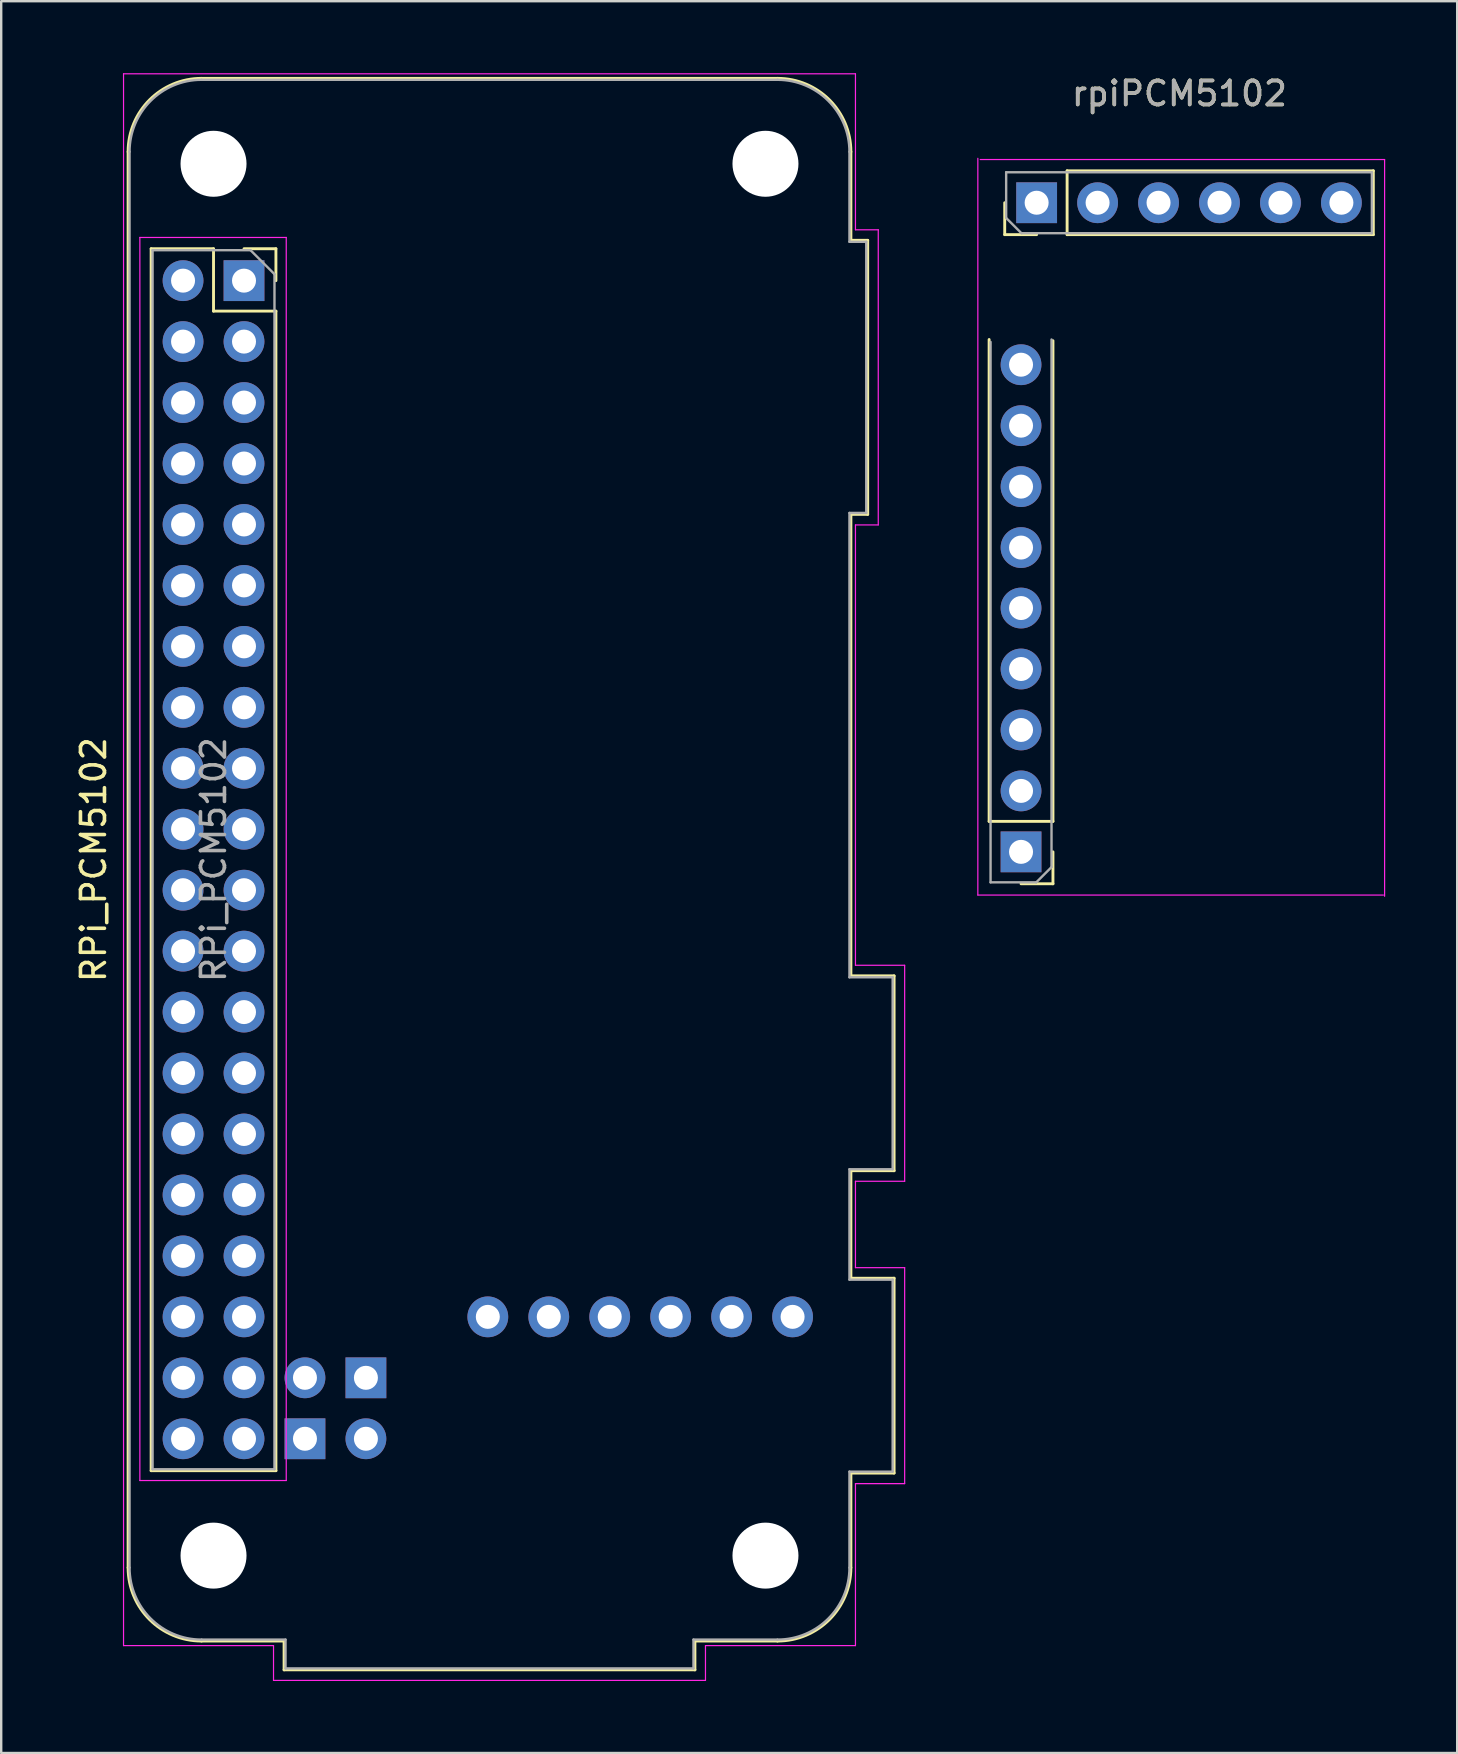
<source format=kicad_pcb>
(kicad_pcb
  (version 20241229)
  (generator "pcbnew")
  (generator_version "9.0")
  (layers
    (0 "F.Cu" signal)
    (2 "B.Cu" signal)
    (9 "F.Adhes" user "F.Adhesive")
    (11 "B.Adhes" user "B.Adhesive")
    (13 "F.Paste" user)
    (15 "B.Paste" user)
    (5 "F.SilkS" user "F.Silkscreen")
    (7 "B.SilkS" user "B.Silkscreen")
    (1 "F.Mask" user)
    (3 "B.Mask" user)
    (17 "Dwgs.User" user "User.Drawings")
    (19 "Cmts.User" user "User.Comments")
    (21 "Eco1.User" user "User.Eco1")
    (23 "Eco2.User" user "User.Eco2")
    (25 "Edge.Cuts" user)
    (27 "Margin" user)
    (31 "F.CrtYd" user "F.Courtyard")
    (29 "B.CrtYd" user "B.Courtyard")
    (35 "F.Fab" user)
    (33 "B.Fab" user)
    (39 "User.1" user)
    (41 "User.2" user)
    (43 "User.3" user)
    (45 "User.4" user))
  (footprint "RPi_PCM5102"
    (layer "F.Cu")
    (at 7.118 8.645)
    (property "Reference" "RPi_PCM5102" (at -6.27 24.13 90) (layer "F.SilkS") (effects (font (size 1 1) (thickness 0.15))))
    (attr through_hole)
    (fp_line (start -4.83 53.63) (end -4.83 -5.37) (stroke (width 0.12) (type solid)) (layer "F.SilkS"))
    (fp_line (start -3.87 -1.33) (end -3.87 49.59) (stroke (width 0.12) (type solid)) (layer "F.SilkS"))
    (fp_line (start -3.87 -1.33) (end -1.27 -1.33) (stroke (width 0.12) (type solid)) (layer "F.SilkS"))
    (fp_line (start -3.87 49.59) (end 1.33 49.59) (stroke (width 0.12) (type solid)) (layer "F.SilkS"))
    (fp_line (start -1.77 -8.43) (end 22.23 -8.43) (stroke (width 0.12) (type solid)) (layer "F.SilkS"))
    (fp_line (start -1.27 -1.33) (end -1.27 1.27) (stroke (width 0.12) (type solid)) (layer "F.SilkS"))
    (fp_line (start -1.27 1.27) (end 1.33 1.27) (stroke (width 0.12) (type solid)) (layer "F.SilkS"))
    (fp_line (start 0 -1.33) (end 1.33 -1.33) (stroke (width 0.12) (type solid)) (layer "F.SilkS"))
    (fp_line (start 1.33 -1.33) (end 1.33 0) (stroke (width 0.12) (type solid)) (layer "F.SilkS"))
    (fp_line (start 1.33 1.27) (end 1.33 49.59) (stroke (width 0.12) (type solid)) (layer "F.SilkS"))
    (fp_line (start 1.67 56.69) (end -1.77 56.69) (stroke (width 0.12) (type solid)) (layer "F.SilkS"))
    (fp_line (start 1.67 56.69) (end 1.67 57.89) (stroke (width 0.12) (type solid)) (layer "F.SilkS"))
    (fp_line (start 1.67 57.89) (end 18.79 57.89) (stroke (width 0.12) (type solid)) (layer "F.SilkS"))
    (fp_line (start 18.79 56.69) (end 22.23 56.69) (stroke (width 0.12) (type solid)) (layer "F.SilkS"))
    (fp_line (start 18.79 57.89) (end 18.79 56.69) (stroke (width 0.12) (type solid)) (layer "F.SilkS"))
    (fp_line (start 25.29 -1.68) (end 25.29 -5.37) (stroke (width 0.12) (type solid)) (layer "F.SilkS"))
    (fp_line (start 25.29 9.74) (end 25.99 9.74) (stroke (width 0.12) (type solid)) (layer "F.SilkS"))
    (fp_line (start 25.29 28.97) (end 25.29 9.74) (stroke (width 0.12) (type solid)) (layer "F.SilkS"))
    (fp_line (start 25.29 37.09) (end 27.09 37.09) (stroke (width 0.12) (type solid)) (layer "F.SilkS"))
    (fp_line (start 25.29 41.57) (end 25.29 37.09) (stroke (width 0.12) (type solid)) (layer "F.SilkS"))
    (fp_line (start 25.29 49.69) (end 27.09 49.69) (stroke (width 0.12) (type solid)) (layer "F.SilkS"))
    (fp_line (start 25.29 53.63) (end 25.29 49.69) (stroke (width 0.12) (type solid)) (layer "F.SilkS"))
    (fp_line (start 25.99 -1.68) (end 25.29 -1.68) (stroke (width 0.12) (type solid)) (layer "F.SilkS"))
    (fp_line (start 25.99 9.74) (end 25.99 -1.68) (stroke (width 0.12) (type solid)) (layer "F.SilkS"))
    (fp_line (start 27.09 28.97) (end 25.29 28.97) (stroke (width 0.12) (type solid)) (layer "F.SilkS"))
    (fp_line (start 27.09 37.09) (end 27.09 28.97) (stroke (width 0.12) (type solid)) (layer "F.SilkS"))
    (fp_line (start 27.09 41.57) (end 25.29 41.57) (stroke (width 0.12) (type solid)) (layer "F.SilkS"))
    (fp_line (start 27.09 49.69) (end 27.09 41.57) (stroke (width 0.12) (type solid)) (layer "F.SilkS"))
    (fp_arc (start -4.83 -5.37) (mid -3.933747 -7.533747) (end -1.77 -8.43) (stroke (width 0.12) (type solid)) (layer "F.SilkS"))
    (fp_arc (start -1.77 56.69) (mid -3.933747 55.793747) (end -4.83 53.63) (stroke (width 0.12) (type solid)) (layer "F.SilkS"))
    (fp_arc (start 22.23 -8.43) (mid 24.393747 -7.533747) (end 25.29 -5.37) (stroke (width 0.12) (type solid)) (layer "F.SilkS"))
    (fp_arc (start 25.29 53.63) (mid 24.393747 55.793747) (end 22.23 56.69) (stroke (width 0.12) (type solid)) (layer "F.SilkS"))
    (fp_line (start -5.02 -8.62) (end 25.48 -8.62) (stroke (width 0.05) (type solid)) (layer "F.CrtYd"))
    (fp_line (start -5.02 56.88) (end -5.02 -8.62) (stroke (width 0.05) (type solid)) (layer "F.CrtYd"))
    (fp_line (start -5.02 56.88) (end 1.23 56.88) (stroke (width 0.05) (type solid)) (layer "F.CrtYd"))
    (fp_line (start -4.34 -1.8) (end 1.76 -1.8) (stroke (width 0.05) (type solid)) (layer "F.CrtYd"))
    (fp_line (start -4.34 50) (end -4.34 -1.8) (stroke (width 0.05) (type solid)) (layer "F.CrtYd"))
    (fp_line (start 1.23 58.33) (end 1.23 56.88) (stroke (width 0.05) (type solid)) (layer "F.CrtYd"))
    (fp_line (start 1.76 -1.8) (end 1.76 50) (stroke (width 0.05) (type solid)) (layer "F.CrtYd"))
    (fp_line (start 1.76 50) (end -4.34 50) (stroke (width 0.05) (type solid)) (layer "F.CrtYd"))
    (fp_line (start 19.23 56.88) (end 25.48 56.88) (stroke (width 0.05) (type solid)) (layer "F.CrtYd"))
    (fp_line (start 19.23 58.33) (end 1.23 58.33) (stroke (width 0.05) (type solid)) (layer "F.CrtYd"))
    (fp_line (start 19.23 58.33) (end 19.23 56.88) (stroke (width 0.05) (type solid)) (layer "F.CrtYd"))
    (fp_line (start 25.48 -2.12) (end 25.48 -8.62) (stroke (width 0.05) (type solid)) (layer "F.CrtYd"))
    (fp_line (start 25.48 28.53) (end 25.48 10.18) (stroke (width 0.05) (type solid)) (layer "F.CrtYd"))
    (fp_line (start 25.48 37.53) (end 25.48 41.13) (stroke (width 0.05) (type solid)) (layer "F.CrtYd"))
    (fp_line (start 25.48 50.13) (end 25.48 56.88) (stroke (width 0.05) (type solid)) (layer "F.CrtYd"))
    (fp_line (start 26.43 -2.12) (end 25.48 -2.12) (stroke (width 0.05) (type solid)) (layer "F.CrtYd"))
    (fp_line (start 26.43 -2.12) (end 26.43 10.18) (stroke (width 0.05) (type solid)) (layer "F.CrtYd"))
    (fp_line (start 26.43 10.18) (end 25.48 10.18) (stroke (width 0.05) (type solid)) (layer "F.CrtYd"))
    (fp_line (start 27.53 28.53) (end 25.48 28.53) (stroke (width 0.05) (type solid)) (layer "F.CrtYd"))
    (fp_line (start 27.53 37.53) (end 25.48 37.53) (stroke (width 0.05) (type solid)) (layer "F.CrtYd"))
    (fp_line (start 27.53 37.53) (end 27.53 28.53) (stroke (width 0.05) (type solid)) (layer "F.CrtYd"))
    (fp_line (start 27.53 41.13) (end 25.48 41.13) (stroke (width 0.05) (type solid)) (layer "F.CrtYd"))
    (fp_line (start 27.53 50.13) (end 25.48 50.13) (stroke (width 0.05) (type solid)) (layer "F.CrtYd"))
    (fp_line (start 27.53 50.13) (end 27.53 41.13) (stroke (width 0.05) (type solid)) (layer "F.CrtYd"))
    (fp_line (start -4.77 53.63) (end -4.77 -5.37) (stroke (width 0.1) (type solid)) (layer "F.Fab"))
    (fp_line (start -3.81 -1.27) (end 0.27 -1.27) (stroke (width 0.1) (type solid)) (layer "F.Fab"))
    (fp_line (start -3.81 49.53) (end -3.81 -1.27) (stroke (width 0.1) (type solid)) (layer "F.Fab"))
    (fp_line (start -1.77 -8.37) (end 22.23 -8.37) (stroke (width 0.1) (type solid)) (layer "F.Fab"))
    (fp_line (start -1.77 56.63) (end 1.73 56.63) (stroke (width 0.1) (type solid)) (layer "F.Fab"))
    (fp_line (start 0.27 -1.27) (end 1.27 -0.27) (stroke (width 0.1) (type solid)) (layer "F.Fab"))
    (fp_line (start 1.27 -0.27) (end 1.27 49.53) (stroke (width 0.1) (type solid)) (layer "F.Fab"))
    (fp_line (start 1.27 49.53) (end -3.81 49.53) (stroke (width 0.1) (type solid)) (layer "F.Fab"))
    (fp_line (start 1.73 56.63) (end 1.73 57.83) (stroke (width 0.1) (type solid)) (layer "F.Fab"))
    (fp_line (start 1.73 57.83) (end 18.73 57.83) (stroke (width 0.1) (type solid)) (layer "F.Fab"))
    (fp_line (start 18.73 56.63) (end 18.73 57.83) (stroke (width 0.1) (type solid)) (layer "F.Fab"))
    (fp_line (start 22.23 56.63) (end 18.73 56.63) (stroke (width 0.1) (type solid)) (layer "F.Fab"))
    (fp_line (start 25.23 -1.62) (end 25.23 -5.37) (stroke (width 0.1) (type solid)) (layer "F.Fab"))
    (fp_line (start 25.23 -1.62) (end 25.93 -1.62) (stroke (width 0.1) (type solid)) (layer "F.Fab"))
    (fp_line (start 25.23 9.68) (end 25.93 9.68) (stroke (width 0.1) (type solid)) (layer "F.Fab"))
    (fp_line (start 25.23 29.03) (end 25.23 9.68) (stroke (width 0.1) (type solid)) (layer "F.Fab"))
    (fp_line (start 25.23 37.03) (end 27.03 37.03) (stroke (width 0.1) (type solid)) (layer "F.Fab"))
    (fp_line (start 25.23 41.63) (end 25.23 37.03) (stroke (width 0.1) (type solid)) (layer "F.Fab"))
    (fp_line (start 25.23 49.63) (end 25.23 53.63) (stroke (width 0.1) (type solid)) (layer "F.Fab"))
    (fp_line (start 25.23 49.63) (end 27.03 49.63) (stroke (width 0.1) (type solid)) (layer "F.Fab"))
    (fp_line (start 25.93 9.68) (end 25.93 -1.62) (stroke (width 0.1) (type solid)) (layer "F.Fab"))
    (fp_line (start 27.03 29.03) (end 25.23 29.03) (stroke (width 0.1) (type solid)) (layer "F.Fab"))
    (fp_line (start 27.03 37.03) (end 27.03 29.03) (stroke (width 0.1) (type solid)) (layer "F.Fab"))
    (fp_line (start 27.03 41.63) (end 25.23 41.63) (stroke (width 0.1) (type solid)) (layer "F.Fab"))
    (fp_line (start 27.03 49.63) (end 27.03 41.63) (stroke (width 0.1) (type solid)) (layer "F.Fab"))
    (fp_arc (start -4.77 -5.37) (mid -3.89132 -7.49132) (end -1.77 -8.37) (stroke (width 0.1) (type solid)) (layer "F.Fab"))
    (fp_arc (start -1.77 56.63) (mid -3.89132 55.75132) (end -4.77 53.63) (stroke (width 0.1) (type solid)) (layer "F.Fab"))
    (fp_arc (start 22.23 -8.37) (mid 24.35132 -7.49132) (end 25.23 -5.37) (stroke (width 0.1) (type solid)) (layer "F.Fab"))
    (fp_arc (start 25.23 53.63) (mid 24.35132 55.75132) (end 22.23 56.63) (stroke (width 0.1) (type solid)) (layer "F.Fab"))
    (fp_text user "${REFERENCE}" (at -1.27 24.13 90) (layer "F.Fab") (effects (font (size 1 1) (thickness 0.15))))
    (pad "" np_thru_hole circle (at -1.27 -4.87 90) (size 2.75 2.75) (drill 2.75) (layers "*.Cu" "*.Mask"))
    (pad "" np_thru_hole circle (at -1.27 53.13 90) (size 2.75 2.75) (drill 2.75) (layers "*.Cu" "*.Mask"))
    (pad "" thru_hole oval (at 2.54 45.72) (size 1.7 1.7) (drill 1) (layers "*.Cu" "*.Mask"))
    (pad "" thru_hole rect (at 2.54 48.26) (size 1.7 1.7) (drill 1) (layers "*.Cu" "*.Mask"))
    (pad "" np_thru_hole circle (at 21.73 -4.87 90) (size 2.75 2.75) (drill 2.75) (layers "*.Cu" "*.Mask"))
    (pad "" np_thru_hole circle (at 21.73 53.13 90) (size 2.75 2.75) (drill 2.75) (layers "*.Cu" "*.Mask"))
    (pad "1" thru_hole rect (at 0 0) (size 1.7 1.7) (drill 1) (layers "*.Cu" "*.Mask"))
    (pad "2" thru_hole oval (at -2.54 0) (size 1.7 1.7) (drill 1) (layers "*.Cu" "*.Mask"))
    (pad "3" thru_hole oval (at 0 2.54) (size 1.7 1.7) (drill 1) (layers "*.Cu" "*.Mask"))
    (pad "4" thru_hole oval (at -2.54 2.54) (size 1.7 1.7) (drill 1) (layers "*.Cu" "*.Mask"))
    (pad "5" thru_hole oval (at 0 5.08) (size 1.7 1.7) (drill 1) (layers "*.Cu" "*.Mask"))
    (pad "6" thru_hole oval (at -2.54 5.08) (size 1.7 1.7) (drill 1) (layers "*.Cu" "*.Mask"))
    (pad "7" thru_hole oval (at 0 7.62) (size 1.7 1.7) (drill 1) (layers "*.Cu" "*.Mask"))
    (pad "8" thru_hole oval (at -2.54 7.62) (size 1.7 1.7) (drill 1) (layers "*.Cu" "*.Mask"))
    (pad "9" thru_hole oval (at 0 10.16) (size 1.7 1.7) (drill 1) (layers "*.Cu" "*.Mask"))
    (pad "10" thru_hole oval (at -2.54 10.16) (size 1.7 1.7) (drill 1) (layers "*.Cu" "*.Mask"))
    (pad "11" thru_hole oval (at 0 12.7) (size 1.7 1.7) (drill 1) (layers "*.Cu" "*.Mask"))
    (pad "12" thru_hole oval (at -2.54 12.7) (size 1.7 1.7) (drill 1) (layers "*.Cu" "*.Mask"))
    (pad "13" thru_hole oval (at 0 15.24) (size 1.7 1.7) (drill 1) (layers "*.Cu" "*.Mask"))
    (pad "14" thru_hole oval (at -2.54 15.24) (size 1.7 1.7) (drill 1) (layers "*.Cu" "*.Mask"))
    (pad "15" thru_hole oval (at 0 17.78) (size 1.7 1.7) (drill 1) (layers "*.Cu" "*.Mask"))
    (pad "16" thru_hole oval (at -2.54 17.78) (size 1.7 1.7) (drill 1) (layers "*.Cu" "*.Mask"))
    (pad "17" thru_hole oval (at 0 20.32) (size 1.7 1.7) (drill 1) (layers "*.Cu" "*.Mask"))
    (pad "18" thru_hole oval (at -2.54 20.32) (size 1.7 1.7) (drill 1) (layers "*.Cu" "*.Mask"))
    (pad "19" thru_hole oval (at 0 22.86) (size 1.7 1.7) (drill 1) (layers "*.Cu" "*.Mask"))
    (pad "20" thru_hole oval (at -2.54 22.86) (size 1.7 1.7) (drill 1) (layers "*.Cu" "*.Mask"))
    (pad "21" thru_hole oval (at 0 25.4) (size 1.7 1.7) (drill 1) (layers "*.Cu" "*.Mask"))
    (pad "22" thru_hole oval (at -2.54 25.4) (size 1.7 1.7) (drill 1) (layers "*.Cu" "*.Mask"))
    (pad "23" thru_hole oval (at 0 27.94) (size 1.7 1.7) (drill 1) (layers "*.Cu" "*.Mask"))
    (pad "24" thru_hole oval (at -2.54 27.94) (size 1.7 1.7) (drill 1) (layers "*.Cu" "*.Mask"))
    (pad "25" thru_hole oval (at 0 30.48) (size 1.7 1.7) (drill 1) (layers "*.Cu" "*.Mask"))
    (pad "26" thru_hole oval (at -2.54 30.48) (size 1.7 1.7) (drill 1) (layers "*.Cu" "*.Mask"))
    (pad "27" thru_hole oval (at 0 33.02) (size 1.7 1.7) (drill 1) (layers "*.Cu" "*.Mask"))
    (pad "28" thru_hole oval (at -2.54 33.02) (size 1.7 1.7) (drill 1) (layers "*.Cu" "*.Mask"))
    (pad "29" thru_hole oval (at 0 35.56) (size 1.7 1.7) (drill 1) (layers "*.Cu" "*.Mask"))
    (pad "30" thru_hole oval (at -2.54 35.56) (size 1.7 1.7) (drill 1) (layers "*.Cu" "*.Mask"))
    (pad "31" thru_hole oval (at 0 38.1) (size 1.7 1.7) (drill 1) (layers "*.Cu" "*.Mask"))
    (pad "32" thru_hole oval (at -2.54 38.1) (size 1.7 1.7) (drill 1) (layers "*.Cu" "*.Mask"))
    (pad "33" thru_hole oval (at 0 40.64) (size 1.7 1.7) (drill 1) (layers "*.Cu" "*.Mask"))
    (pad "34" thru_hole oval (at -2.54 40.64) (size 1.7 1.7) (drill 1) (layers "*.Cu" "*.Mask"))
    (pad "35" thru_hole oval (at 0 43.18) (size 1.7 1.7) (drill 1) (layers "*.Cu" "*.Mask"))
    (pad "36" thru_hole oval (at -2.54 43.18) (size 1.7 1.7) (drill 1) (layers "*.Cu" "*.Mask"))
    (pad "37" thru_hole oval (at 0 45.72) (size 1.7 1.7) (drill 1) (layers "*.Cu" "*.Mask"))
    (pad "38" thru_hole oval (at -2.54 45.72) (size 1.7 1.7) (drill 1) (layers "*.Cu" "*.Mask"))
    (pad "39" thru_hole oval (at 0 48.26) (size 1.7 1.7) (drill 1) (layers "*.Cu" "*.Mask"))
    (pad "40" thru_hole oval (at -2.54 48.26) (size 1.7 1.7) (drill 1) (layers "*.Cu" "*.Mask"))
    (pad "41" thru_hole rect (at 5.08 45.72) (size 1.7 1.7) (drill 1) (layers "*.Cu" "*.Mask"))
    (pad "42" thru_hole oval (at 5.08 48.26) (size 1.7 1.7) (drill 1) (layers "*.Cu" "*.Mask"))
    (pad "43" thru_hole oval (at 22.86 43.18) (size 1.7 1.7) (drill 1) (layers "*.Cu" "*.Mask"))
    (pad "44" thru_hole oval (at 20.32 43.18) (size 1.7 1.7) (drill 1) (layers "*.Cu" "*.Mask"))
    (pad "45" thru_hole oval (at 17.78 43.18) (size 1.7 1.7) (drill 1) (layers "*.Cu" "*.Mask"))
    (pad "46" thru_hole oval (at 15.24 43.18) (size 1.7 1.7) (drill 1) (layers "*.Cu" "*.Mask"))
    (pad "47" thru_hole oval (at 12.7 43.18) (size 1.7 1.7) (drill 1) (layers "*.Cu" "*.Mask"))
    (pad "48" thru_hole oval (at 10.16 43.18) (size 1.7 1.7) (drill 1) (layers "*.Cu" "*.Mask")))
  (footprint "rpiPCM5102"
    (layer "F.Cu")
    (at 50.298 23.848)
    (property "Reference" "rpiPCM5102" (at -4.2 -23 0) (layer "F.SilkS") (effects (font (size 1 1) (thickness 0.15))))
    (attr through_hole)
    (fp_line (start -12.13 7.33) (end -12.13 -12.75) (stroke (width 0.12) (type solid)) (layer "F.SilkS"))
    (fp_line (start -11.48 -17.12) (end -11.48 -18.45) (stroke (width 0.12) (type solid)) (layer "F.SilkS"))
    (fp_line (start -10.15 -17.12) (end -11.48 -17.12) (stroke (width 0.12) (type solid)) (layer "F.SilkS"))
    (fp_line (start -9.47 7.33) (end -12.13 7.33) (stroke (width 0.12) (type solid)) (layer "F.SilkS"))
    (fp_line (start -9.47 7.33) (end -9.47 -12.7) (stroke (width 0.12) (type solid)) (layer "F.SilkS"))
    (fp_line (start -9.47 8.6) (end -9.47 9.93) (stroke (width 0.12) (type solid)) (layer "F.SilkS"))
    (fp_line (start -9.47 9.93) (end -10.8 9.93) (stroke (width 0.12) (type solid)) (layer "F.SilkS"))
    (fp_line (start -8.88 -19.78) (end 3.88 -19.78) (stroke (width 0.12) (type solid)) (layer "F.SilkS"))
    (fp_line (start -8.88 -17.12) (end -8.88 -19.78) (stroke (width 0.12) (type solid)) (layer "F.SilkS"))
    (fp_line (start -8.88 -17.12) (end 3.88 -17.12) (stroke (width 0.12) (type solid)) (layer "F.SilkS"))
    (fp_line (start 3.88 -17.12) (end 3.88 -19.78) (stroke (width 0.12) (type solid)) (layer "F.SilkS"))
    (fp_line (start -12.6 -20.3) (end -12.6 10.4) (stroke (width 0.05) (type solid)) (layer "F.CrtYd"))
    (fp_line (start -12.6 10.4) (end 4.3 10.4) (stroke (width 0.05) (type solid)) (layer "F.CrtYd"))
    (fp_line (start 4.35 -20.25) (end -12.5 -20.25) (stroke (width 0.05) (type solid)) (layer "F.CrtYd"))
    (fp_line (start 4.35 10.45) (end 4.35 -20.25) (stroke (width 0.05) (type solid)) (layer "F.CrtYd"))
    (fp_line (start -12.07 9.87) (end -12.07 -12.65) (stroke (width 0.1) (type solid)) (layer "F.Fab"))
    (fp_line (start -11.42 -19.72) (end 3.82 -19.72) (stroke (width 0.1) (type solid)) (layer "F.Fab"))
    (fp_line (start -11.42 -17.815) (end -11.42 -19.72) (stroke (width 0.1) (type solid)) (layer "F.Fab"))
    (fp_line (start -10.785 -17.18) (end -11.42 -17.815) (stroke (width 0.1) (type solid)) (layer "F.Fab"))
    (fp_line (start -10.165 9.87) (end -12.07 9.87) (stroke (width 0.1) (type solid)) (layer "F.Fab"))
    (fp_line (start -9.53 -12.75) (end -9.53 9.235) (stroke (width 0.1) (type solid)) (layer "F.Fab"))
    (fp_line (start -9.53 9.235) (end -10.165 9.87) (stroke (width 0.1) (type solid)) (layer "F.Fab"))
    (fp_line (start 3.82 -19.72) (end 3.82 -17.18) (stroke (width 0.1) (type solid)) (layer "F.Fab"))
    (fp_line (start 3.82 -17.18) (end -10.785 -17.18) (stroke (width 0.1) (type solid)) (layer "F.Fab"))
    (fp_text user "${REFERENCE}" (at -4.2 -23 180) (layer "F.Fab") (effects (font (size 1 1) (thickness 0.15))))
    (pad "1" thru_hole oval (at -10.8 -11.7 180) (size 1.7 1.7) (drill 1) (layers "*.Cu" "*.Mask"))
    (pad "2" thru_hole oval (at -10.8 -9.16 180) (size 1.7 1.7) (drill 1) (layers "*.Cu" "*.Mask"))
    (pad "3" thru_hole oval (at -10.8 -6.62 180) (size 1.7 1.7) (drill 1) (layers "*.Cu" "*.Mask"))
    (pad "4" thru_hole oval (at -10.8 -4.08 180) (size 1.7 1.7) (drill 1) (layers "*.Cu" "*.Mask"))
    (pad "5" thru_hole oval (at -10.8 -1.56 180) (size 1.7 1.7) (drill 1) (layers "*.Cu" "*.Mask"))
    (pad "6" thru_hole oval (at -10.8 0.98 180) (size 1.7 1.7) (drill 1) (layers "*.Cu" "*.Mask"))
    (pad "7" thru_hole oval (at -10.8 3.52 180) (size 1.7 1.7) (drill 1) (layers "*.Cu" "*.Mask"))
    (pad "8" thru_hole oval (at -10.8 6.06 180) (size 1.7 1.7) (drill 1) (layers "*.Cu" "*.Mask"))
    (pad "9" thru_hole rect (at -10.8 8.6 180) (size 1.7 1.7) (drill 1) (layers "*.Cu" "*.Mask"))
    (pad "10" thru_hole rect (at -10.15 -18.45 90) (size 1.7 1.7) (drill 1) (layers "*.Cu" "*.Mask"))
    (pad "11" thru_hole oval (at -7.61 -18.45 90) (size 1.7 1.7) (drill 1) (layers "*.Cu" "*.Mask"))
    (pad "12" thru_hole oval (at -5.07 -18.45 90) (size 1.7 1.7) (drill 1) (layers "*.Cu" "*.Mask"))
    (pad "13" thru_hole oval (at -2.53 -18.45 90) (size 1.7 1.7) (drill 1) (layers "*.Cu" "*.Mask"))
    (pad "14" thru_hole oval (at 0.01 -18.45 90) (size 1.7 1.7) (drill 1) (layers "*.Cu" "*.Mask"))
    (pad "15" thru_hole oval (at 2.55 -18.45 90) (size 1.7 1.7) (drill 1) (layers "*.Cu" "*.Mask")))
  (gr_rect
    (start -3 -3)
    (end 57.673 70)
    (stroke (width 0.1) (type default))
    (fill no)
    (layer "Edge.Cuts")))
</source>
